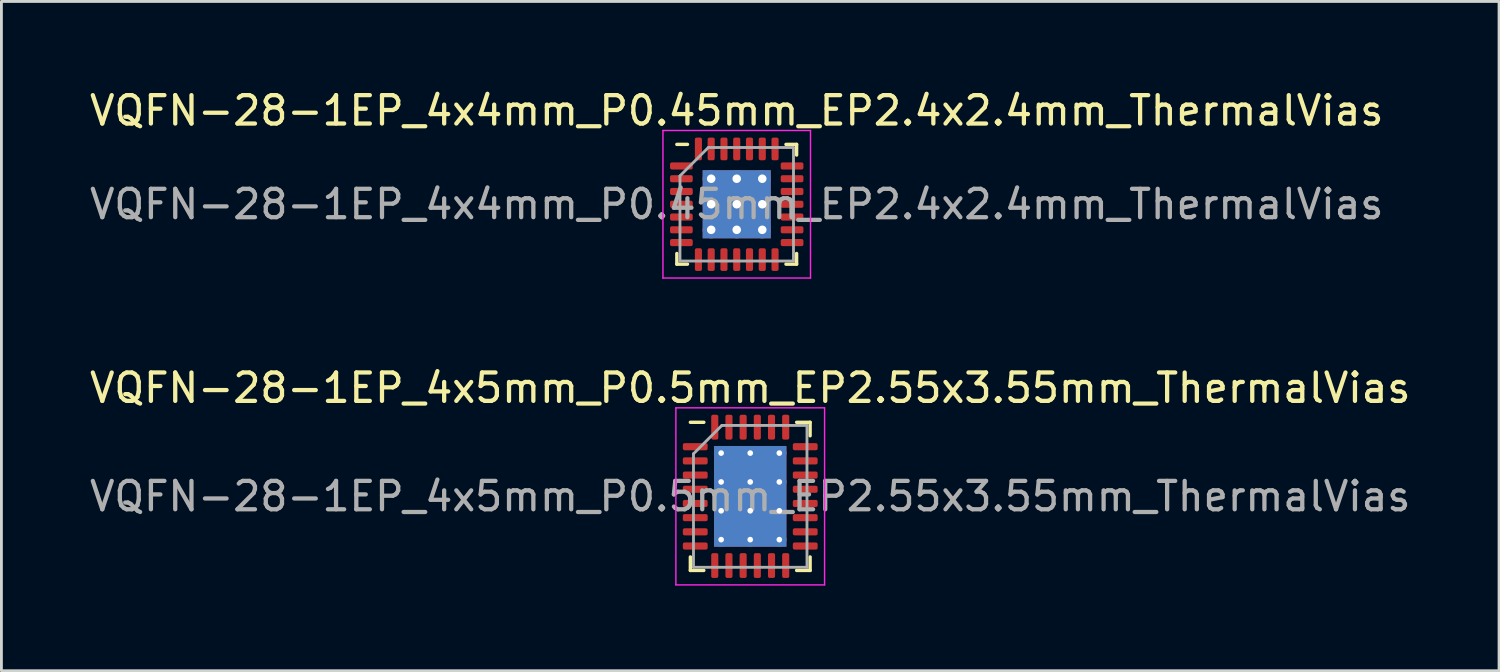
<source format=kicad_pcb>
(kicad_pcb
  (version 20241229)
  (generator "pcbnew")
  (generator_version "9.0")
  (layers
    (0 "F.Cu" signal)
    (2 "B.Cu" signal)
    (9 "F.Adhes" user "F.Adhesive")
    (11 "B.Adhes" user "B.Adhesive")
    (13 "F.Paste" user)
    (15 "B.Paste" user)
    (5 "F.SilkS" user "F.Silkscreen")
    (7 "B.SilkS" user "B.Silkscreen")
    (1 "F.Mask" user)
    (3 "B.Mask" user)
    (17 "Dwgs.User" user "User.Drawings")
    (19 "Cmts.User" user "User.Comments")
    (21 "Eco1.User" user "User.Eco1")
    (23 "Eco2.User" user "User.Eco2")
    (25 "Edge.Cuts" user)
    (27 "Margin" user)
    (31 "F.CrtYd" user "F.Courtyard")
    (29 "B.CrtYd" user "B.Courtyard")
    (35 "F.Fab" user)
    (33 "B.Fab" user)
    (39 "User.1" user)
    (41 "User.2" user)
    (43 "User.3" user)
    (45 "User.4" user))
  (footprint "VQFN-28-1EP_4x4mm_P0.45mm_EP2.4x2.4mm_ThermalVias"
    (layer "F.Cu")
    (at 22.911 4.148)
    (property "Reference" "VQFN-28-1EP_4x4mm_P0.45mm_EP2.4x2.4mm_ThermalVias" (at 0 -3.3 0) (layer "F.SilkS") (effects (font (size 1 1) (thickness 0.15))))
    (attr smd)
    (fp_line (start -2.11 2.11) (end -2.11 1.735) (stroke (width 0.12) (type solid)) (layer "F.SilkS"))
    (fp_line (start -1.735 -2.11) (end -2.11 -2.11) (stroke (width 0.12) (type solid)) (layer "F.SilkS"))
    (fp_line (start -1.735 2.11) (end -2.11 2.11) (stroke (width 0.12) (type solid)) (layer "F.SilkS"))
    (fp_line (start 1.735 -2.11) (end 2.11 -2.11) (stroke (width 0.12) (type solid)) (layer "F.SilkS"))
    (fp_line (start 1.735 2.11) (end 2.11 2.11) (stroke (width 0.12) (type solid)) (layer "F.SilkS"))
    (fp_line (start 2.11 -2.11) (end 2.11 -1.735) (stroke (width 0.12) (type solid)) (layer "F.SilkS"))
    (fp_line (start 2.11 2.11) (end 2.11 1.735) (stroke (width 0.12) (type solid)) (layer "F.SilkS"))
    (fp_line (start -2.6 -2.6) (end -2.6 2.6) (stroke (width 0.05) (type solid)) (layer "F.CrtYd"))
    (fp_line (start -2.6 2.6) (end 2.6 2.6) (stroke (width 0.05) (type solid)) (layer "F.CrtYd"))
    (fp_line (start 2.6 -2.6) (end -2.6 -2.6) (stroke (width 0.05) (type solid)) (layer "F.CrtYd"))
    (fp_line (start 2.6 2.6) (end 2.6 -2.6) (stroke (width 0.05) (type solid)) (layer "F.CrtYd"))
    (fp_line (start -2 -1) (end -1 -2) (stroke (width 0.1) (type solid)) (layer "F.Fab"))
    (fp_line (start -2 2) (end -2 -1) (stroke (width 0.1) (type solid)) (layer "F.Fab"))
    (fp_line (start -1 -2) (end 2 -2) (stroke (width 0.1) (type solid)) (layer "F.Fab"))
    (fp_line (start 2 -2) (end 2 2) (stroke (width 0.1) (type solid)) (layer "F.Fab"))
    (fp_line (start 2 2) (end -2 2) (stroke (width 0.1) (type solid)) (layer "F.Fab"))
    (fp_text user "${REFERENCE}" (at 0 0 0) (layer "F.Fab") (effects (font (size 1 1) (thickness 0.15))))
    (pad "" smd roundrect (at -0.6 -0.6) (size 1 1) (layers "F.Paste") (roundrect_rratio 0.25))
    (pad "" smd roundrect (at -0.6 0.6) (size 1 1) (layers "F.Paste") (roundrect_rratio 0.25))
    (pad "" smd roundrect (at 0.6 -0.6) (size 1 1) (layers "F.Paste") (roundrect_rratio 0.25))
    (pad "" smd roundrect (at 0.6 0.6) (size 1 1) (layers "F.Paste") (roundrect_rratio 0.25))
    (pad "1" smd roundrect (at -1.95 -1.35) (size 0.8 0.25) (layers "F.Cu" "F.Mask" "F.Paste") (roundrect_rratio 0.25))
    (pad "2" smd roundrect (at -1.95 -0.9) (size 0.8 0.25) (layers "F.Cu" "F.Mask" "F.Paste") (roundrect_rratio 0.25))
    (pad "3" smd roundrect (at -1.95 -0.45) (size 0.8 0.25) (layers "F.Cu" "F.Mask" "F.Paste") (roundrect_rratio 0.25))
    (pad "4" smd roundrect (at -1.95 0) (size 0.8 0.25) (layers "F.Cu" "F.Mask" "F.Paste") (roundrect_rratio 0.25))
    (pad "5" smd roundrect (at -1.95 0.45) (size 0.8 0.25) (layers "F.Cu" "F.Mask" "F.Paste") (roundrect_rratio 0.25))
    (pad "6" smd roundrect (at -1.95 0.9) (size 0.8 0.25) (layers "F.Cu" "F.Mask" "F.Paste") (roundrect_rratio 0.25))
    (pad "7" smd roundrect (at -1.95 1.35) (size 0.8 0.25) (layers "F.Cu" "F.Mask" "F.Paste") (roundrect_rratio 0.25))
    (pad "8" smd roundrect (at -1.35 1.95) (size 0.25 0.8) (layers "F.Cu" "F.Mask" "F.Paste") (roundrect_rratio 0.25))
    (pad "9" smd roundrect (at -0.9 1.95) (size 0.25 0.8) (layers "F.Cu" "F.Mask" "F.Paste") (roundrect_rratio 0.25))
    (pad "10" smd roundrect (at -0.45 1.95) (size 0.25 0.8) (layers "F.Cu" "F.Mask" "F.Paste") (roundrect_rratio 0.25))
    (pad "11" smd roundrect (at 0 1.95) (size 0.25 0.8) (layers "F.Cu" "F.Mask" "F.Paste") (roundrect_rratio 0.25))
    (pad "12" smd roundrect (at 0.45 1.95) (size 0.25 0.8) (layers "F.Cu" "F.Mask" "F.Paste") (roundrect_rratio 0.25))
    (pad "13" smd roundrect (at 0.9 1.95) (size 0.25 0.8) (layers "F.Cu" "F.Mask" "F.Paste") (roundrect_rratio 0.25))
    (pad "14" smd roundrect (at 1.35 1.95) (size 0.25 0.8) (layers "F.Cu" "F.Mask" "F.Paste") (roundrect_rratio 0.25))
    (pad "15" smd roundrect (at 1.95 1.35) (size 0.8 0.25) (layers "F.Cu" "F.Mask" "F.Paste") (roundrect_rratio 0.25))
    (pad "16" smd roundrect (at 1.95 0.9) (size 0.8 0.25) (layers "F.Cu" "F.Mask" "F.Paste") (roundrect_rratio 0.25))
    (pad "17" smd roundrect (at 1.95 0.45) (size 0.8 0.25) (layers "F.Cu" "F.Mask" "F.Paste") (roundrect_rratio 0.25))
    (pad "18" smd roundrect (at 1.95 0) (size 0.8 0.25) (layers "F.Cu" "F.Mask" "F.Paste") (roundrect_rratio 0.25))
    (pad "19" smd roundrect (at 1.95 -0.45) (size 0.8 0.25) (layers "F.Cu" "F.Mask" "F.Paste") (roundrect_rratio 0.25))
    (pad "20" smd roundrect (at 1.95 -0.9) (size 0.8 0.25) (layers "F.Cu" "F.Mask" "F.Paste") (roundrect_rratio 0.25))
    (pad "21" smd roundrect (at 1.95 -1.35) (size 0.8 0.25) (layers "F.Cu" "F.Mask" "F.Paste") (roundrect_rratio 0.25))
    (pad "22" smd roundrect (at 1.35 -1.95) (size 0.25 0.8) (layers "F.Cu" "F.Mask" "F.Paste") (roundrect_rratio 0.25))
    (pad "23" smd roundrect (at 0.9 -1.95) (size 0.25 0.8) (layers "F.Cu" "F.Mask" "F.Paste") (roundrect_rratio 0.25))
    (pad "24" smd roundrect (at 0.45 -1.95) (size 0.25 0.8) (layers "F.Cu" "F.Mask" "F.Paste") (roundrect_rratio 0.25))
    (pad "25" smd roundrect (at 0 -1.95) (size 0.25 0.8) (layers "F.Cu" "F.Mask" "F.Paste") (roundrect_rratio 0.25))
    (pad "26" smd roundrect (at -0.45 -1.95) (size 0.25 0.8) (layers "F.Cu" "F.Mask" "F.Paste") (roundrect_rratio 0.25))
    (pad "27" smd roundrect (at -0.9 -1.95) (size 0.25 0.8) (layers "F.Cu" "F.Mask" "F.Paste") (roundrect_rratio 0.25))
    (pad "28" smd roundrect (at -1.35 -1.95) (size 0.25 0.8) (layers "F.Cu" "F.Mask" "F.Paste") (roundrect_rratio 0.25))
    (pad "29" thru_hole circle (at -0.9 -0.9) (size 0.6 0.6) (drill 0.3) (layers "*.Cu"))
    (pad "29" thru_hole circle (at -0.9 0) (size 0.6 0.6) (drill 0.3) (layers "*.Cu"))
    (pad "29" thru_hole circle (at -0.9 0.9) (size 0.6 0.6) (drill 0.3) (layers "*.Cu"))
    (pad "29" thru_hole circle (at 0 -0.9) (size 0.6 0.6) (drill 0.3) (layers "*.Cu"))
    (pad "29" thru_hole circle (at 0 0) (size 0.6 0.6) (drill 0.3) (layers "*.Cu"))
    (pad "29" smd rect (at 0 0) (size 2.4 2.4) (layers "F.Cu" "F.Mask"))
    (pad "29" smd rect (at 0 0) (size 2.4 2.4) (layers "B.Cu"))
    (pad "29" thru_hole circle (at 0 0.9) (size 0.6 0.6) (drill 0.3) (layers "*.Cu"))
    (pad "29" thru_hole circle (at 0.9 -0.9) (size 0.6 0.6) (drill 0.3) (layers "*.Cu"))
    (pad "29" thru_hole circle (at 0.9 0) (size 0.6 0.6) (drill 0.3) (layers "*.Cu"))
    (pad "29" thru_hole circle (at 0.9 0.9) (size 0.6 0.6) (drill 0.3) (layers "*.Cu")))
  (footprint "VQFN-28-1EP_4x5mm_P0.5mm_EP2.55x3.55mm_ThermalVias"
    (layer "F.Cu")
    (at 23.387 14.441)
    (property "Reference" "VQFN-28-1EP_4x5mm_P0.5mm_EP2.55x3.55mm_ThermalVias" (at 0 -3.82 0) (layer "F.SilkS") (effects (font (size 1 1) (thickness 0.15))))
    (attr smd)
    (fp_line (start -2.11 2.61) (end -2.11 2.135) (stroke (width 0.12) (type solid)) (layer "F.SilkS"))
    (fp_line (start -1.635 -2.61) (end -2.11 -2.61) (stroke (width 0.12) (type solid)) (layer "F.SilkS"))
    (fp_line (start -1.635 2.61) (end -2.11 2.61) (stroke (width 0.12) (type solid)) (layer "F.SilkS"))
    (fp_line (start 1.635 -2.61) (end 2.11 -2.61) (stroke (width 0.12) (type solid)) (layer "F.SilkS"))
    (fp_line (start 1.635 2.61) (end 2.11 2.61) (stroke (width 0.12) (type solid)) (layer "F.SilkS"))
    (fp_line (start 2.11 -2.61) (end 2.11 -2.135) (stroke (width 0.12) (type solid)) (layer "F.SilkS"))
    (fp_line (start 2.11 2.61) (end 2.11 2.135) (stroke (width 0.12) (type solid)) (layer "F.SilkS"))
    (fp_line (start -2.62 -3.12) (end -2.62 3.12) (stroke (width 0.05) (type solid)) (layer "F.CrtYd"))
    (fp_line (start -2.62 3.12) (end 2.62 3.12) (stroke (width 0.05) (type solid)) (layer "F.CrtYd"))
    (fp_line (start 2.62 -3.12) (end -2.62 -3.12) (stroke (width 0.05) (type solid)) (layer "F.CrtYd"))
    (fp_line (start 2.62 3.12) (end 2.62 -3.12) (stroke (width 0.05) (type solid)) (layer "F.CrtYd"))
    (fp_line (start -2 -1.5) (end -1 -2.5) (stroke (width 0.1) (type solid)) (layer "F.Fab"))
    (fp_line (start -2 2.5) (end -2 -1.5) (stroke (width 0.1) (type solid)) (layer "F.Fab"))
    (fp_line (start -1 -2.5) (end 2 -2.5) (stroke (width 0.1) (type solid)) (layer "F.Fab"))
    (fp_line (start 2 -2.5) (end 2 2.5) (stroke (width 0.1) (type solid)) (layer "F.Fab"))
    (fp_line (start 2 2.5) (end -2 2.5) (stroke (width 0.1) (type solid)) (layer "F.Fab"))
    (fp_text user "${REFERENCE}" (at 0 0 0) (layer "F.Fab") (effects (font (size 1 1) (thickness 0.15))))
    (pad "" smd roundrect (at -0.635 -1.18) (size 1.03 0.95) (layers "F.Paste") (roundrect_rratio 0.25))
    (pad "" smd roundrect (at -0.635 0) (size 1.03 0.95) (layers "F.Paste") (roundrect_rratio 0.25))
    (pad "" smd roundrect (at -0.635 1.18) (size 1.03 0.95) (layers "F.Paste") (roundrect_rratio 0.25))
    (pad "" smd roundrect (at 0.635 -1.18) (size 1.03 0.95) (layers "F.Paste") (roundrect_rratio 0.25))
    (pad "" smd roundrect (at 0.635 0) (size 1.03 0.95) (layers "F.Paste") (roundrect_rratio 0.25))
    (pad "" smd roundrect (at 0.635 1.18) (size 1.03 0.95) (layers "F.Paste") (roundrect_rratio 0.25))
    (pad "1" smd roundrect (at -1.938 -1.75) (size 0.875 0.25) (layers "F.Cu" "F.Mask" "F.Paste") (roundrect_rratio 0.25))
    (pad "2" smd roundrect (at -1.938 -1.25) (size 0.875 0.25) (layers "F.Cu" "F.Mask" "F.Paste") (roundrect_rratio 0.25))
    (pad "3" smd roundrect (at -1.938 -0.75) (size 0.875 0.25) (layers "F.Cu" "F.Mask" "F.Paste") (roundrect_rratio 0.25))
    (pad "4" smd roundrect (at -1.938 -0.25) (size 0.875 0.25) (layers "F.Cu" "F.Mask" "F.Paste") (roundrect_rratio 0.25))
    (pad "5" smd roundrect (at -1.938 0.25) (size 0.875 0.25) (layers "F.Cu" "F.Mask" "F.Paste") (roundrect_rratio 0.25))
    (pad "6" smd roundrect (at -1.938 0.75) (size 0.875 0.25) (layers "F.Cu" "F.Mask" "F.Paste") (roundrect_rratio 0.25))
    (pad "7" smd roundrect (at -1.938 1.25) (size 0.875 0.25) (layers "F.Cu" "F.Mask" "F.Paste") (roundrect_rratio 0.25))
    (pad "8" smd roundrect (at -1.938 1.75) (size 0.875 0.25) (layers "F.Cu" "F.Mask" "F.Paste") (roundrect_rratio 0.25))
    (pad "9" smd roundrect (at -1.25 2.438) (size 0.25 0.875) (layers "F.Cu" "F.Mask" "F.Paste") (roundrect_rratio 0.25))
    (pad "10" smd roundrect (at -0.75 2.438) (size 0.25 0.875) (layers "F.Cu" "F.Mask" "F.Paste") (roundrect_rratio 0.25))
    (pad "11" smd roundrect (at -0.25 2.438) (size 0.25 0.875) (layers "F.Cu" "F.Mask" "F.Paste") (roundrect_rratio 0.25))
    (pad "12" smd roundrect (at 0.25 2.438) (size 0.25 0.875) (layers "F.Cu" "F.Mask" "F.Paste") (roundrect_rratio 0.25))
    (pad "13" smd roundrect (at 0.75 2.438) (size 0.25 0.875) (layers "F.Cu" "F.Mask" "F.Paste") (roundrect_rratio 0.25))
    (pad "14" smd roundrect (at 1.25 2.438) (size 0.25 0.875) (layers "F.Cu" "F.Mask" "F.Paste") (roundrect_rratio 0.25))
    (pad "15" smd roundrect (at 1.938 1.75) (size 0.875 0.25) (layers "F.Cu" "F.Mask" "F.Paste") (roundrect_rratio 0.25))
    (pad "16" smd roundrect (at 1.938 1.25) (size 0.875 0.25) (layers "F.Cu" "F.Mask" "F.Paste") (roundrect_rratio 0.25))
    (pad "17" smd roundrect (at 1.938 0.75) (size 0.875 0.25) (layers "F.Cu" "F.Mask" "F.Paste") (roundrect_rratio 0.25))
    (pad "18" smd roundrect (at 1.938 0.25) (size 0.875 0.25) (layers "F.Cu" "F.Mask" "F.Paste") (roundrect_rratio 0.25))
    (pad "19" smd roundrect (at 1.938 -0.25) (size 0.875 0.25) (layers "F.Cu" "F.Mask" "F.Paste") (roundrect_rratio 0.25))
    (pad "20" smd roundrect (at 1.938 -0.75) (size 0.875 0.25) (layers "F.Cu" "F.Mask" "F.Paste") (roundrect_rratio 0.25))
    (pad "21" smd roundrect (at 1.938 -1.25) (size 0.875 0.25) (layers "F.Cu" "F.Mask" "F.Paste") (roundrect_rratio 0.25))
    (pad "22" smd roundrect (at 1.938 -1.75) (size 0.875 0.25) (layers "F.Cu" "F.Mask" "F.Paste") (roundrect_rratio 0.25))
    (pad "23" smd roundrect (at 1.25 -2.438) (size 0.25 0.875) (layers "F.Cu" "F.Mask" "F.Paste") (roundrect_rratio 0.25))
    (pad "24" smd roundrect (at 0.75 -2.438) (size 0.25 0.875) (layers "F.Cu" "F.Mask" "F.Paste") (roundrect_rratio 0.25))
    (pad "25" smd roundrect (at 0.25 -2.438) (size 0.25 0.875) (layers "F.Cu" "F.Mask" "F.Paste") (roundrect_rratio 0.25))
    (pad "26" smd roundrect (at -0.25 -2.438) (size 0.25 0.875) (layers "F.Cu" "F.Mask" "F.Paste") (roundrect_rratio 0.25))
    (pad "27" smd roundrect (at -0.75 -2.438) (size 0.25 0.875) (layers "F.Cu" "F.Mask" "F.Paste") (roundrect_rratio 0.25))
    (pad "28" smd roundrect (at -1.25 -2.438) (size 0.25 0.875) (layers "F.Cu" "F.Mask" "F.Paste") (roundrect_rratio 0.25))
    (pad "29" thru_hole circle (at -1.025 -1.525) (size 0.5 0.5) (drill 0.2) (layers "*.Cu"))
    (pad "29" thru_hole circle (at -1.025 -0.508) (size 0.5 0.5) (drill 0.2) (layers "*.Cu"))
    (pad "29" thru_hole circle (at -1.025 0.508) (size 0.5 0.5) (drill 0.2) (layers "*.Cu"))
    (pad "29" thru_hole circle (at -1.025 1.525) (size 0.5 0.5) (drill 0.2) (layers "*.Cu"))
    (pad "29" thru_hole circle (at 0 -1.525) (size 0.5 0.5) (drill 0.2) (layers "*.Cu"))
    (pad "29" thru_hole circle (at 0 -0.508) (size 0.5 0.5) (drill 0.2) (layers "*.Cu"))
    (pad "29" smd rect (at 0 0) (size 2.55 3.55) (layers "F.Cu" "F.Mask"))
    (pad "29" smd rect (at 0 0) (size 2.55 3.55) (layers "B.Cu"))
    (pad "29" thru_hole circle (at 0 0.508) (size 0.5 0.5) (drill 0.2) (layers "*.Cu"))
    (pad "29" thru_hole circle (at 0 1.525) (size 0.5 0.5) (drill 0.2) (layers "*.Cu"))
    (pad "29" thru_hole circle (at 1.025 -1.525) (size 0.5 0.5) (drill 0.2) (layers "*.Cu"))
    (pad "29" thru_hole circle (at 1.025 -0.508) (size 0.5 0.5) (drill 0.2) (layers "*.Cu"))
    (pad "29" thru_hole circle (at 1.025 0.508) (size 0.5 0.5) (drill 0.2) (layers "*.Cu"))
    (pad "29" thru_hole circle (at 1.025 1.525) (size 0.5 0.5) (drill 0.2) (layers "*.Cu")))
  (gr_rect
    (start -3 -3)
    (end 49.774 20.587)
    (stroke (width 0.1) (type default))
    (fill no)
    (layer "Edge.Cuts")))
</source>
